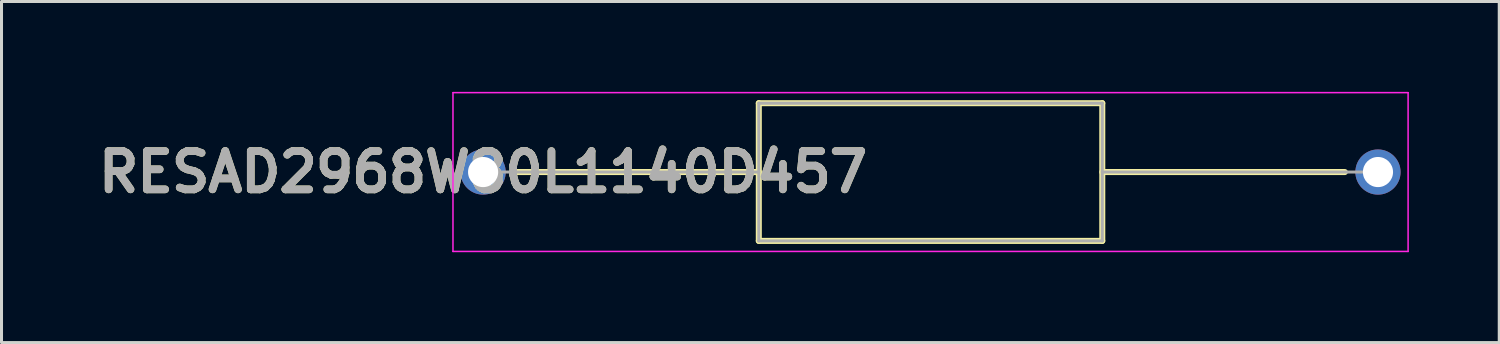
<source format=kicad_pcb>
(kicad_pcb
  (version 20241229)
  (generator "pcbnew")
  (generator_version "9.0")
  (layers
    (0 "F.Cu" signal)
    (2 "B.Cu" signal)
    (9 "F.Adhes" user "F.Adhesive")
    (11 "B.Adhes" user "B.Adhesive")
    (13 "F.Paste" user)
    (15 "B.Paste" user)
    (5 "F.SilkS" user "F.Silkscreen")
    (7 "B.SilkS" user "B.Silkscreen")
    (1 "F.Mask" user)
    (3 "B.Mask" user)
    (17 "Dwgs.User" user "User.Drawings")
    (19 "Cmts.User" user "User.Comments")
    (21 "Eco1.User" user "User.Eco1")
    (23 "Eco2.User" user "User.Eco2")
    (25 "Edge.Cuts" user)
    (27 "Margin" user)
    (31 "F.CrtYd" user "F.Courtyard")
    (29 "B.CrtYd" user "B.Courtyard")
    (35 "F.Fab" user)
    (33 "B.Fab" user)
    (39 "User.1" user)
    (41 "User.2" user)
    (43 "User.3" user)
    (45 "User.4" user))
  (footprint "RESAD2968W80L1140D457"
    (layer "F.Cu")
    (at 12.984 2.66)
    (property "Reference" "RESAD2968W80L1140D457" (at 0 0 0) (layer "F.SilkS") (effects (font (size 1.27 1.27) (thickness 0.254))))
    (attr through_hole)
    (fp_line (start 1.1 0) (end 9.15 0) (stroke (width 0.2) (type solid)) (layer "F.SilkS"))
    (fp_line (start 9.15 -2.285) (end 20.55 -2.285) (stroke (width 0.2) (type solid)) (layer "F.SilkS"))
    (fp_line (start 9.15 2.285) (end 9.15 -2.285) (stroke (width 0.2) (type solid)) (layer "F.SilkS"))
    (fp_line (start 20.55 -2.285) (end 20.55 2.285) (stroke (width 0.2) (type solid)) (layer "F.SilkS"))
    (fp_line (start 20.55 0) (end 28.6 0) (stroke (width 0.2) (type solid)) (layer "F.SilkS"))
    (fp_line (start 20.55 2.285) (end 9.15 2.285) (stroke (width 0.2) (type solid)) (layer "F.SilkS"))
    (fp_line (start -1 -2.635) (end 30.7 -2.635) (stroke (width 0.05) (type solid)) (layer "F.CrtYd"))
    (fp_line (start -1 2.635) (end -1 -2.635) (stroke (width 0.05) (type solid)) (layer "F.CrtYd"))
    (fp_line (start 30.7 -2.635) (end 30.7 2.635) (stroke (width 0.05) (type solid)) (layer "F.CrtYd"))
    (fp_line (start 30.7 2.635) (end -1 2.635) (stroke (width 0.05) (type solid)) (layer "F.CrtYd"))
    (fp_line (start 0 0) (end 9.15 0) (stroke (width 0.1) (type solid)) (layer "F.Fab"))
    (fp_line (start 9.15 -2.285) (end 20.55 -2.285) (stroke (width 0.1) (type solid)) (layer "F.Fab"))
    (fp_line (start 9.15 2.285) (end 9.15 -2.285) (stroke (width 0.1) (type solid)) (layer "F.Fab"))
    (fp_line (start 20.55 -2.285) (end 20.55 2.285) (stroke (width 0.1) (type solid)) (layer "F.Fab"))
    (fp_line (start 20.55 0) (end 29.7 0) (stroke (width 0.1) (type solid)) (layer "F.Fab"))
    (fp_line (start 20.55 2.285) (end 9.15 2.285) (stroke (width 0.1) (type solid)) (layer "F.Fab"))
    (fp_text user "${REFERENCE}" (at 0 0 0) (layer "F.Fab") (effects (font (size 1.27 1.27) (thickness 0.254))))
    (pad "1" thru_hole circle (at 0 0) (size 1.5 1.5) (drill 1) (layers "*.Cu" "*.Mask"))
    (pad "2" thru_hole circle (at 29.7 0) (size 1.5 1.5) (drill 1) (layers "*.Cu" "*.Mask")))
  (gr_rect
    (start -3 -3)
    (end 46.709 8.32)
    (stroke (width 0.1) (type default))
    (fill no)
    (layer "Edge.Cuts")))
</source>
